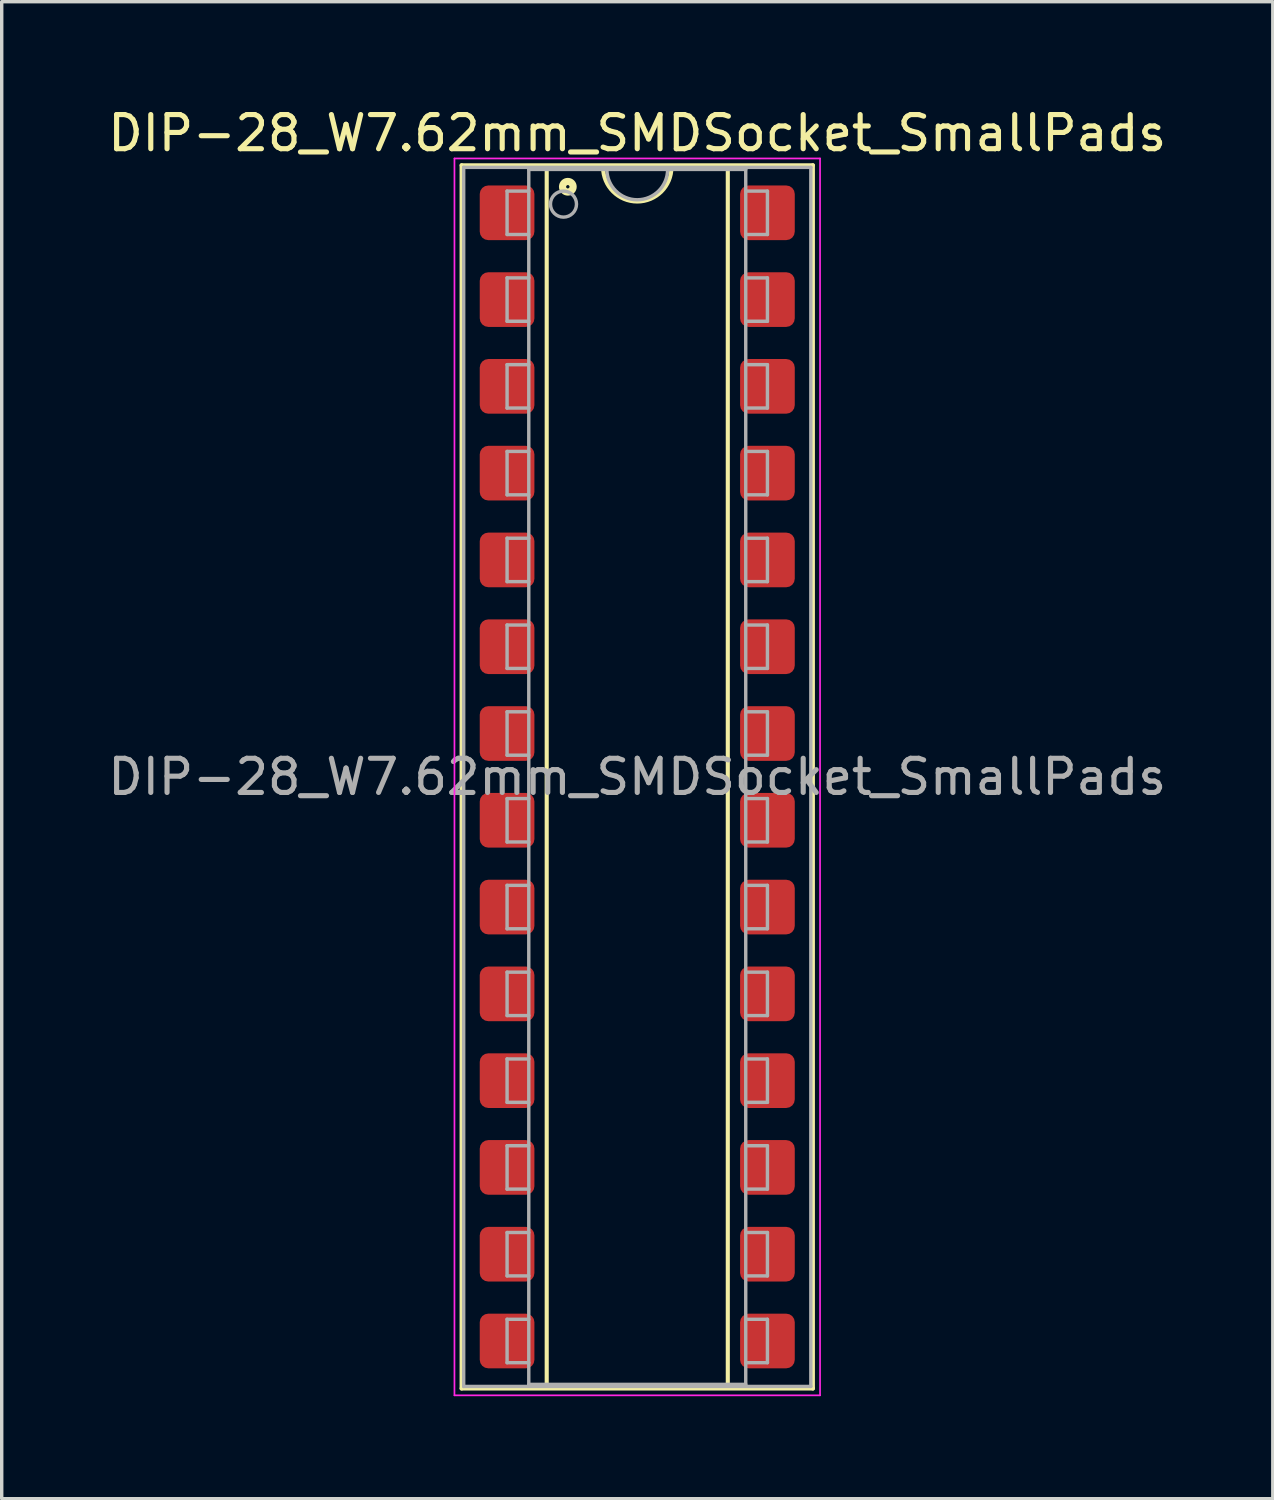
<source format=kicad_pcb>
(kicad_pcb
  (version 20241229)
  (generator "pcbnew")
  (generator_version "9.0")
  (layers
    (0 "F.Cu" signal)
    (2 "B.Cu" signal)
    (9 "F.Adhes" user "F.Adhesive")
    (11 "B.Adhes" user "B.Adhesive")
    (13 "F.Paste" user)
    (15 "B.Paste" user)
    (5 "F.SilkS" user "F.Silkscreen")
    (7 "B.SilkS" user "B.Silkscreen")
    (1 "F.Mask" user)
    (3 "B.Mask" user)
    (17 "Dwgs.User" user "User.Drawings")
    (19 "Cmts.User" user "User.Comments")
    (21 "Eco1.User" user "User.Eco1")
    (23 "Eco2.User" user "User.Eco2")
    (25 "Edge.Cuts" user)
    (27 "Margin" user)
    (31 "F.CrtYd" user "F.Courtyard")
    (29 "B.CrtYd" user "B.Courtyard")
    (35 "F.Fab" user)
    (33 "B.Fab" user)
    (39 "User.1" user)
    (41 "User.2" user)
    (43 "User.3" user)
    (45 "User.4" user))
  (footprint "DIP-28_W7.62mm_SMDSocket_SmallPads"
    (layer "F.Cu")
    (at 15.601 19.688)
    (property "Reference" "DIP-28_W7.62mm_SMDSocket_SmallPads" (at 0 -18.84 0) (layer "F.SilkS") (effects (font (size 1 1) (thickness 0.15))))
    (attr smd)
    (fp_line (start -5.14 -17.9) (end -5.14 17.9) (stroke (width 0.12) (type solid)) (layer "F.SilkS"))
    (fp_line (start -5.14 17.9) (end 5.14 17.9) (stroke (width 0.12) (type solid)) (layer "F.SilkS"))
    (fp_line (start -2.65 -17.84) (end -2.65 17.84) (stroke (width 0.12) (type solid)) (layer "F.SilkS"))
    (fp_line (start -2.65 17.84) (end 2.65 17.84) (stroke (width 0.12) (type solid)) (layer "F.SilkS"))
    (fp_line (start -1 -17.84) (end -2.65 -17.84) (stroke (width 0.12) (type solid)) (layer "F.SilkS"))
    (fp_line (start 2.65 -17.84) (end 1 -17.84) (stroke (width 0.12) (type solid)) (layer "F.SilkS"))
    (fp_line (start 2.65 17.84) (end 2.65 -17.84) (stroke (width 0.12) (type solid)) (layer "F.SilkS"))
    (fp_line (start 5.14 -17.9) (end -5.14 -17.9) (stroke (width 0.12) (type solid)) (layer "F.SilkS"))
    (fp_line (start 5.14 17.9) (end 5.14 -17.9) (stroke (width 0.12) (type solid)) (layer "F.SilkS"))
    (fp_arc (start 1 -17.84) (mid 0 -16.84) (end -1 -17.84) (stroke (width 0.12) (type solid)) (layer "F.SilkS"))
    (fp_circle (center -2.032 -17.272) (end -1.982 -17.272) (stroke (width 0.12) (type solid)) (fill no) (layer "F.SilkS"))
    (fp_circle (center -2.032 -17.272) (end -1.907 -17.272) (stroke (width 0.12) (type solid)) (fill no) (layer "F.SilkS"))
    (fp_circle (center -2.032 -17.272) (end -1.832 -17.272) (stroke (width 0.12) (type solid)) (fill no) (layer "F.SilkS"))
    (fp_line (start -5.35 -18.1) (end -5.35 18.1) (stroke (width 0.05) (type solid)) (layer "F.CrtYd"))
    (fp_line (start -5.35 18.1) (end 5.35 18.1) (stroke (width 0.05) (type solid)) (layer "F.CrtYd"))
    (fp_line (start 5.35 -18.1) (end -5.35 -18.1) (stroke (width 0.05) (type solid)) (layer "F.CrtYd"))
    (fp_line (start 5.35 18.1) (end 5.35 -18.1) (stroke (width 0.05) (type solid)) (layer "F.CrtYd"))
    (fp_line (start -5.08 -17.84) (end -5.08 17.84) (stroke (width 0.1) (type solid)) (layer "F.Fab"))
    (fp_line (start -5.08 17.84) (end 5.08 17.84) (stroke (width 0.1) (type solid)) (layer "F.Fab"))
    (fp_line (start -3.81 -17.145) (end -3.81 -15.875) (stroke (width 0.1) (type solid)) (layer "F.Fab"))
    (fp_line (start -3.81 -17.145) (end -3.175 -17.145) (stroke (width 0.1) (type solid)) (layer "F.Fab"))
    (fp_line (start -3.81 -15.875) (end -3.175 -15.875) (stroke (width 0.1) (type solid)) (layer "F.Fab"))
    (fp_line (start -3.81 -14.605) (end -3.81 -13.335) (stroke (width 0.1) (type solid)) (layer "F.Fab"))
    (fp_line (start -3.81 -14.605) (end -3.175 -14.605) (stroke (width 0.1) (type solid)) (layer "F.Fab"))
    (fp_line (start -3.81 -13.335) (end -3.175 -13.335) (stroke (width 0.1) (type solid)) (layer "F.Fab"))
    (fp_line (start -3.81 -12.065) (end -3.81 -10.795) (stroke (width 0.1) (type solid)) (layer "F.Fab"))
    (fp_line (start -3.81 -12.065) (end -3.175 -12.065) (stroke (width 0.1) (type solid)) (layer "F.Fab"))
    (fp_line (start -3.81 -10.795) (end -3.175 -10.795) (stroke (width 0.1) (type solid)) (layer "F.Fab"))
    (fp_line (start -3.81 -9.525) (end -3.81 -8.255) (stroke (width 0.1) (type solid)) (layer "F.Fab"))
    (fp_line (start -3.81 -9.525) (end -3.175 -9.525) (stroke (width 0.1) (type solid)) (layer "F.Fab"))
    (fp_line (start -3.81 -8.255) (end -3.175 -8.255) (stroke (width 0.1) (type solid)) (layer "F.Fab"))
    (fp_line (start -3.81 -6.985) (end -3.81 -5.715) (stroke (width 0.1) (type solid)) (layer "F.Fab"))
    (fp_line (start -3.81 -6.985) (end -3.175 -6.985) (stroke (width 0.1) (type solid)) (layer "F.Fab"))
    (fp_line (start -3.81 -5.715) (end -3.175 -5.715) (stroke (width 0.1) (type solid)) (layer "F.Fab"))
    (fp_line (start -3.81 -4.445) (end -3.81 -3.175) (stroke (width 0.1) (type solid)) (layer "F.Fab"))
    (fp_line (start -3.81 -4.445) (end -3.175 -4.445) (stroke (width 0.1) (type solid)) (layer "F.Fab"))
    (fp_line (start -3.81 -3.175) (end -3.175 -3.175) (stroke (width 0.1) (type solid)) (layer "F.Fab"))
    (fp_line (start -3.81 -1.905) (end -3.81 -0.635) (stroke (width 0.1) (type solid)) (layer "F.Fab"))
    (fp_line (start -3.81 -1.905) (end -3.175 -1.905) (stroke (width 0.1) (type solid)) (layer "F.Fab"))
    (fp_line (start -3.81 -0.635) (end -3.175 -0.635) (stroke (width 0.1) (type solid)) (layer "F.Fab"))
    (fp_line (start -3.81 0.635) (end -3.81 1.905) (stroke (width 0.1) (type solid)) (layer "F.Fab"))
    (fp_line (start -3.81 0.635) (end -3.175 0.635) (stroke (width 0.1) (type solid)) (layer "F.Fab"))
    (fp_line (start -3.81 1.905) (end -3.175 1.905) (stroke (width 0.1) (type solid)) (layer "F.Fab"))
    (fp_line (start -3.81 3.175) (end -3.81 4.445) (stroke (width 0.1) (type solid)) (layer "F.Fab"))
    (fp_line (start -3.81 3.175) (end -3.175 3.175) (stroke (width 0.1) (type solid)) (layer "F.Fab"))
    (fp_line (start -3.81 4.445) (end -3.175 4.445) (stroke (width 0.1) (type solid)) (layer "F.Fab"))
    (fp_line (start -3.81 5.715) (end -3.81 6.985) (stroke (width 0.1) (type solid)) (layer "F.Fab"))
    (fp_line (start -3.81 5.715) (end -3.175 5.715) (stroke (width 0.1) (type solid)) (layer "F.Fab"))
    (fp_line (start -3.81 6.985) (end -3.175 6.985) (stroke (width 0.1) (type solid)) (layer "F.Fab"))
    (fp_line (start -3.81 8.255) (end -3.81 9.525) (stroke (width 0.1) (type solid)) (layer "F.Fab"))
    (fp_line (start -3.81 8.255) (end -3.175 8.255) (stroke (width 0.1) (type solid)) (layer "F.Fab"))
    (fp_line (start -3.81 9.525) (end -3.175 9.525) (stroke (width 0.1) (type solid)) (layer "F.Fab"))
    (fp_line (start -3.81 10.795) (end -3.81 12.065) (stroke (width 0.1) (type solid)) (layer "F.Fab"))
    (fp_line (start -3.81 10.795) (end -3.175 10.795) (stroke (width 0.1) (type solid)) (layer "F.Fab"))
    (fp_line (start -3.81 12.065) (end -3.175 12.065) (stroke (width 0.1) (type solid)) (layer "F.Fab"))
    (fp_line (start -3.81 13.335) (end -3.81 14.605) (stroke (width 0.1) (type solid)) (layer "F.Fab"))
    (fp_line (start -3.81 13.335) (end -3.175 13.335) (stroke (width 0.1) (type solid)) (layer "F.Fab"))
    (fp_line (start -3.81 14.605) (end -3.175 14.605) (stroke (width 0.1) (type solid)) (layer "F.Fab"))
    (fp_line (start -3.81 15.875) (end -3.81 17.145) (stroke (width 0.1) (type solid)) (layer "F.Fab"))
    (fp_line (start -3.81 15.875) (end -3.175 15.875) (stroke (width 0.1) (type solid)) (layer "F.Fab"))
    (fp_line (start -3.81 17.145) (end -3.175 17.145) (stroke (width 0.1) (type solid)) (layer "F.Fab"))
    (fp_line (start -3.175 -17.78) (end 3.175 -17.78) (stroke (width 0.1) (type solid)) (layer "F.Fab"))
    (fp_line (start -3.175 17.78) (end -3.175 -17.78) (stroke (width 0.1) (type solid)) (layer "F.Fab"))
    (fp_line (start 3.175 -17.78) (end 3.175 17.78) (stroke (width 0.1) (type solid)) (layer "F.Fab"))
    (fp_line (start 3.175 17.78) (end -3.175 17.78) (stroke (width 0.1) (type solid)) (layer "F.Fab"))
    (fp_line (start 3.81 -17.145) (end 3.175 -17.145) (stroke (width 0.1) (type solid)) (layer "F.Fab"))
    (fp_line (start 3.81 -15.875) (end 3.175 -15.875) (stroke (width 0.1) (type solid)) (layer "F.Fab"))
    (fp_line (start 3.81 -15.875) (end 3.81 -17.145) (stroke (width 0.1) (type solid)) (layer "F.Fab"))
    (fp_line (start 3.81 -14.605) (end 3.175 -14.605) (stroke (width 0.1) (type solid)) (layer "F.Fab"))
    (fp_line (start 3.81 -13.335) (end 3.175 -13.335) (stroke (width 0.1) (type solid)) (layer "F.Fab"))
    (fp_line (start 3.81 -13.335) (end 3.81 -14.605) (stroke (width 0.1) (type solid)) (layer "F.Fab"))
    (fp_line (start 3.81 -12.065) (end 3.175 -12.065) (stroke (width 0.1) (type solid)) (layer "F.Fab"))
    (fp_line (start 3.81 -10.795) (end 3.175 -10.795) (stroke (width 0.1) (type solid)) (layer "F.Fab"))
    (fp_line (start 3.81 -10.795) (end 3.81 -12.065) (stroke (width 0.1) (type solid)) (layer "F.Fab"))
    (fp_line (start 3.81 -9.525) (end 3.175 -9.525) (stroke (width 0.1) (type solid)) (layer "F.Fab"))
    (fp_line (start 3.81 -8.255) (end 3.175 -8.255) (stroke (width 0.1) (type solid)) (layer "F.Fab"))
    (fp_line (start 3.81 -8.255) (end 3.81 -9.525) (stroke (width 0.1) (type solid)) (layer "F.Fab"))
    (fp_line (start 3.81 -6.985) (end 3.175 -6.985) (stroke (width 0.1) (type solid)) (layer "F.Fab"))
    (fp_line (start 3.81 -5.715) (end 3.175 -5.715) (stroke (width 0.1) (type solid)) (layer "F.Fab"))
    (fp_line (start 3.81 -5.715) (end 3.81 -6.985) (stroke (width 0.1) (type solid)) (layer "F.Fab"))
    (fp_line (start 3.81 -4.445) (end 3.175 -4.445) (stroke (width 0.1) (type solid)) (layer "F.Fab"))
    (fp_line (start 3.81 -3.175) (end 3.175 -3.175) (stroke (width 0.1) (type solid)) (layer "F.Fab"))
    (fp_line (start 3.81 -3.175) (end 3.81 -4.445) (stroke (width 0.1) (type solid)) (layer "F.Fab"))
    (fp_line (start 3.81 -1.905) (end 3.175 -1.905) (stroke (width 0.1) (type solid)) (layer "F.Fab"))
    (fp_line (start 3.81 -0.635) (end 3.175 -0.635) (stroke (width 0.1) (type solid)) (layer "F.Fab"))
    (fp_line (start 3.81 -0.635) (end 3.81 -1.905) (stroke (width 0.1) (type solid)) (layer "F.Fab"))
    (fp_line (start 3.81 0.635) (end 3.175 0.635) (stroke (width 0.1) (type solid)) (layer "F.Fab"))
    (fp_line (start 3.81 1.905) (end 3.175 1.905) (stroke (width 0.1) (type solid)) (layer "F.Fab"))
    (fp_line (start 3.81 1.905) (end 3.81 0.635) (stroke (width 0.1) (type solid)) (layer "F.Fab"))
    (fp_line (start 3.81 3.175) (end 3.175 3.175) (stroke (width 0.1) (type solid)) (layer "F.Fab"))
    (fp_line (start 3.81 4.445) (end 3.175 4.445) (stroke (width 0.1) (type solid)) (layer "F.Fab"))
    (fp_line (start 3.81 4.445) (end 3.81 3.175) (stroke (width 0.1) (type solid)) (layer "F.Fab"))
    (fp_line (start 3.81 5.715) (end 3.175 5.715) (stroke (width 0.1) (type solid)) (layer "F.Fab"))
    (fp_line (start 3.81 6.985) (end 3.175 6.985) (stroke (width 0.1) (type solid)) (layer "F.Fab"))
    (fp_line (start 3.81 6.985) (end 3.81 5.715) (stroke (width 0.1) (type solid)) (layer "F.Fab"))
    (fp_line (start 3.81 8.255) (end 3.175 8.255) (stroke (width 0.1) (type solid)) (layer "F.Fab"))
    (fp_line (start 3.81 9.525) (end 3.175 9.525) (stroke (width 0.1) (type solid)) (layer "F.Fab"))
    (fp_line (start 3.81 9.525) (end 3.81 8.255) (stroke (width 0.1) (type solid)) (layer "F.Fab"))
    (fp_line (start 3.81 10.795) (end 3.175 10.795) (stroke (width 0.1) (type solid)) (layer "F.Fab"))
    (fp_line (start 3.81 12.065) (end 3.175 12.065) (stroke (width 0.1) (type solid)) (layer "F.Fab"))
    (fp_line (start 3.81 12.065) (end 3.81 10.795) (stroke (width 0.1) (type solid)) (layer "F.Fab"))
    (fp_line (start 3.81 13.335) (end 3.175 13.335) (stroke (width 0.1) (type solid)) (layer "F.Fab"))
    (fp_line (start 3.81 14.605) (end 3.175 14.605) (stroke (width 0.1) (type solid)) (layer "F.Fab"))
    (fp_line (start 3.81 14.605) (end 3.81 13.335) (stroke (width 0.1) (type solid)) (layer "F.Fab"))
    (fp_line (start 3.81 15.875) (end 3.175 15.875) (stroke (width 0.1) (type solid)) (layer "F.Fab"))
    (fp_line (start 3.81 17.145) (end 3.175 17.145) (stroke (width 0.1) (type solid)) (layer "F.Fab"))
    (fp_line (start 3.81 17.145) (end 3.81 15.875) (stroke (width 0.1) (type solid)) (layer "F.Fab"))
    (fp_line (start 5.08 -17.84) (end -5.08 -17.84) (stroke (width 0.1) (type solid)) (layer "F.Fab"))
    (fp_line (start 5.08 17.84) (end 5.08 -17.84) (stroke (width 0.1) (type solid)) (layer "F.Fab"))
    (fp_arc (start 0.889 -17.78) (mid 0 -16.891) (end -0.889 -17.78) (stroke (width 0.1) (type solid)) (layer "F.Fab"))
    (fp_circle (center -2.159 -16.764) (end -1.778 -16.764) (stroke (width 0.1) (type solid)) (fill no) (layer "F.Fab"))
    (fp_text user "${REFERENCE}" (at 0 0 0) (layer "F.Fab") (effects (font (size 1 1) (thickness 0.15))))
    (pad "1" smd roundrect (at -3.81 -16.51) (size 1.6 1.6) (layers "F.Cu" "F.Mask" "F.Paste") (roundrect_rratio 0.156))
    (pad "2" smd roundrect (at -3.81 -13.97) (size 1.6 1.6) (layers "F.Cu" "F.Mask" "F.Paste") (roundrect_rratio 0.156))
    (pad "3" smd roundrect (at -3.81 -11.43) (size 1.6 1.6) (layers "F.Cu" "F.Mask" "F.Paste") (roundrect_rratio 0.156))
    (pad "4" smd roundrect (at -3.81 -8.89) (size 1.6 1.6) (layers "F.Cu" "F.Mask" "F.Paste") (roundrect_rratio 0.156))
    (pad "5" smd roundrect (at -3.81 -6.35) (size 1.6 1.6) (layers "F.Cu" "F.Mask" "F.Paste") (roundrect_rratio 0.156))
    (pad "6" smd roundrect (at -3.81 -3.81) (size 1.6 1.6) (layers "F.Cu" "F.Mask" "F.Paste") (roundrect_rratio 0.156))
    (pad "7" smd roundrect (at -3.81 -1.27) (size 1.6 1.6) (layers "F.Cu" "F.Mask" "F.Paste") (roundrect_rratio 0.156))
    (pad "8" smd roundrect (at -3.81 1.27) (size 1.6 1.6) (layers "F.Cu" "F.Mask" "F.Paste") (roundrect_rratio 0.156))
    (pad "9" smd roundrect (at -3.81 3.81) (size 1.6 1.6) (layers "F.Cu" "F.Mask" "F.Paste") (roundrect_rratio 0.156))
    (pad "10" smd roundrect (at -3.81 6.35) (size 1.6 1.6) (layers "F.Cu" "F.Mask" "F.Paste") (roundrect_rratio 0.156))
    (pad "11" smd roundrect (at -3.81 8.89) (size 1.6 1.6) (layers "F.Cu" "F.Mask" "F.Paste") (roundrect_rratio 0.156))
    (pad "12" smd roundrect (at -3.81 11.43) (size 1.6 1.6) (layers "F.Cu" "F.Mask" "F.Paste") (roundrect_rratio 0.156))
    (pad "13" smd roundrect (at -3.81 13.97) (size 1.6 1.6) (layers "F.Cu" "F.Mask" "F.Paste") (roundrect_rratio 0.156))
    (pad "14" smd roundrect (at -3.81 16.51) (size 1.6 1.6) (layers "F.Cu" "F.Mask" "F.Paste") (roundrect_rratio 0.156))
    (pad "15" smd roundrect (at 3.81 16.51) (size 1.6 1.6) (layers "F.Cu" "F.Mask" "F.Paste") (roundrect_rratio 0.156))
    (pad "16" smd roundrect (at 3.81 13.97) (size 1.6 1.6) (layers "F.Cu" "F.Mask" "F.Paste") (roundrect_rratio 0.156))
    (pad "17" smd roundrect (at 3.81 11.43) (size 1.6 1.6) (layers "F.Cu" "F.Mask" "F.Paste") (roundrect_rratio 0.156))
    (pad "18" smd roundrect (at 3.81 8.89) (size 1.6 1.6) (layers "F.Cu" "F.Mask" "F.Paste") (roundrect_rratio 0.156))
    (pad "19" smd roundrect (at 3.81 6.35) (size 1.6 1.6) (layers "F.Cu" "F.Mask" "F.Paste") (roundrect_rratio 0.156))
    (pad "20" smd roundrect (at 3.81 3.81) (size 1.6 1.6) (layers "F.Cu" "F.Mask" "F.Paste") (roundrect_rratio 0.156))
    (pad "21" smd roundrect (at 3.81 1.27) (size 1.6 1.6) (layers "F.Cu" "F.Mask" "F.Paste") (roundrect_rratio 0.156))
    (pad "22" smd roundrect (at 3.81 -1.27) (size 1.6 1.6) (layers "F.Cu" "F.Mask" "F.Paste") (roundrect_rratio 0.156))
    (pad "23" smd roundrect (at 3.81 -3.81) (size 1.6 1.6) (layers "F.Cu" "F.Mask" "F.Paste") (roundrect_rratio 0.156))
    (pad "24" smd roundrect (at 3.81 -6.35) (size 1.6 1.6) (layers "F.Cu" "F.Mask" "F.Paste") (roundrect_rratio 0.156))
    (pad "25" smd roundrect (at 3.81 -8.89) (size 1.6 1.6) (layers "F.Cu" "F.Mask" "F.Paste") (roundrect_rratio 0.156))
    (pad "26" smd roundrect (at 3.81 -11.43) (size 1.6 1.6) (layers "F.Cu" "F.Mask" "F.Paste") (roundrect_rratio 0.156))
    (pad "27" smd roundrect (at 3.81 -13.97) (size 1.6 1.6) (layers "F.Cu" "F.Mask" "F.Paste") (roundrect_rratio 0.156))
    (pad "28" smd roundrect (at 3.81 -16.51) (size 1.6 1.6) (layers "F.Cu" "F.Mask" "F.Paste") (roundrect_rratio 0.156)))
  (gr_rect
    (start -3 -3)
    (end 34.202 40.813)
    (stroke (width 0.1) (type default))
    (fill no)
    (layer "Edge.Cuts")))
</source>
